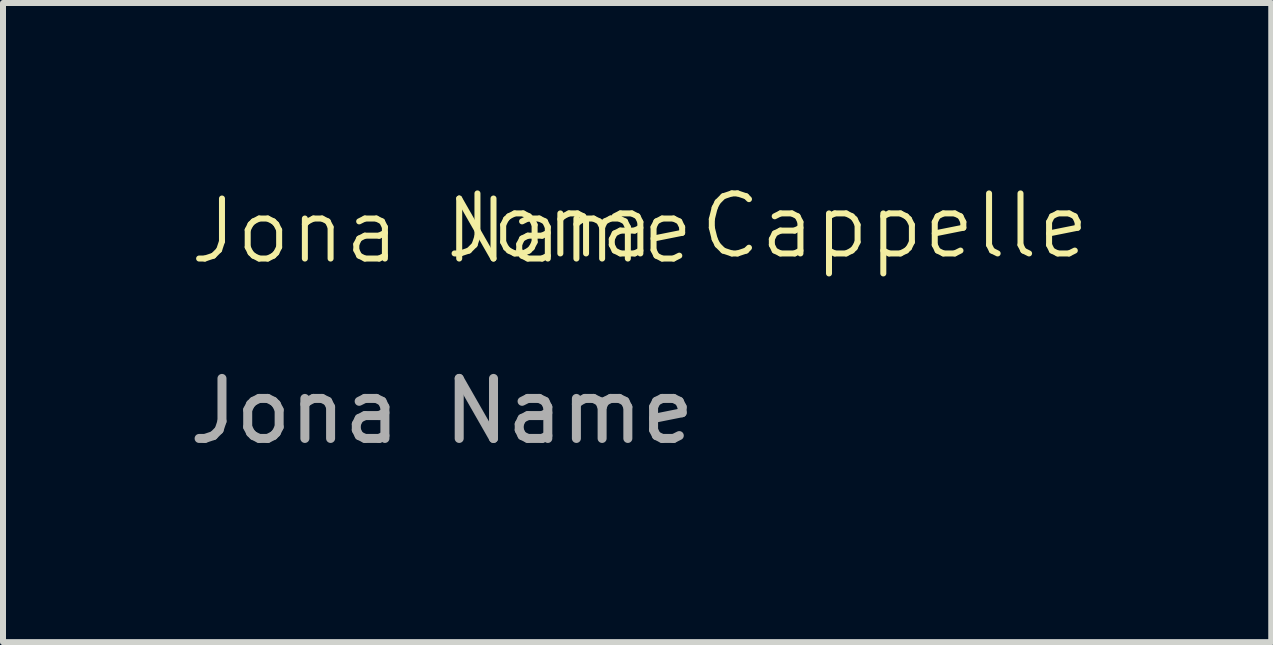
<source format=kicad_pcb>
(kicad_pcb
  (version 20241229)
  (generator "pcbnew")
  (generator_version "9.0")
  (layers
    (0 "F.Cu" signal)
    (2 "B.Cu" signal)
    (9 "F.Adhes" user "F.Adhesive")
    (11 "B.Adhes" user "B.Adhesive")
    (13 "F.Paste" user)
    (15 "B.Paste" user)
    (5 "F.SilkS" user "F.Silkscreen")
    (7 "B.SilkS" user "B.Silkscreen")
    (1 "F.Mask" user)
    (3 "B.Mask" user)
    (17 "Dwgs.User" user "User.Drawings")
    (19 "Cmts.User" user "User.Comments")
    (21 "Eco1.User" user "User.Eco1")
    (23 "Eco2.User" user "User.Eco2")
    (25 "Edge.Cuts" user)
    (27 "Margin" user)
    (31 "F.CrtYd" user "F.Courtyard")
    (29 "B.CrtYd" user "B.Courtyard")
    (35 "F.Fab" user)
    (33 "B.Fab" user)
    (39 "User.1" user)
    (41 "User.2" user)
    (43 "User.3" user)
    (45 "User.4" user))
  (footprint "Jona Name"
    (layer "F.Cu")
    (at 4.315 1.3)
    (property "Reference" "Jona Name" (at 0 -0.5 0) (unlocked yes) (layer "F.SilkS") (effects (font (size 1 1) (thickness 0.1))))
    (attr smd)
    (fp_text user "Jona Cappelle" (at 0 0 0) (unlocked yes) (layer "F.SilkS") (effects (font (size 1 1) (thickness 0.1)) (justify left bottom)))
    (fp_text user "${REFERENCE}" (at 0 2.5 0) (unlocked yes) (layer "F.Fab") (effects (font (size 1 1) (thickness 0.15)))))
  (gr_rect
    (start -3 -3)
    (end 18.13 7.648)
    (stroke (width 0.1) (type default))
    (fill no)
    (layer "Edge.Cuts")))
</source>
